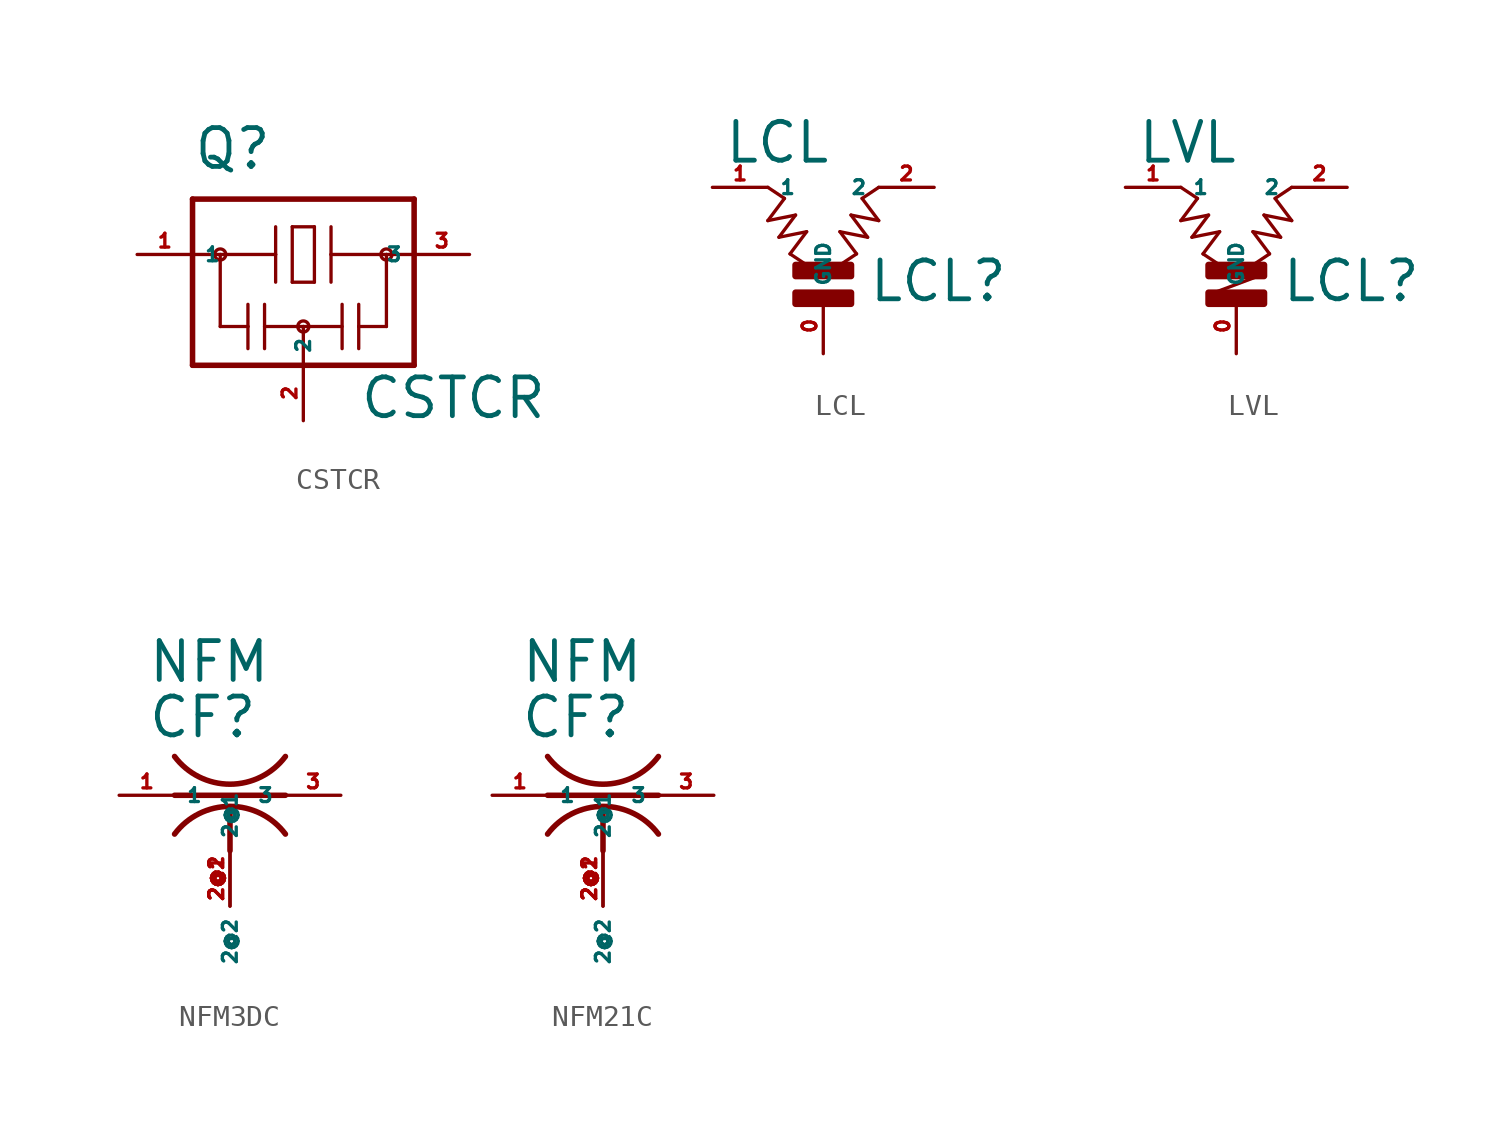
<source format=kicad_sym>
(kicad_symbol_lib
  (version 20220914)
  (generator Eagle2Kicad)
  (symbol "CSTCR"
    (property "Reference" "Q"
      (at -5.08 3.81 0)
      (effects (font (size 1.778 1.778) (thickness 0.22)) (justify left bottom)))
    (property "Value" "CSTCR"
      (at 2.54 -7.62 0)
      (effects (font (size 1.778 1.778) (thickness 0.22)) (justify left bottom)))
    (polyline
      (pts (xy -5.08 2.54) (xy 5.08 2.54))
      (stroke (width 0.254) (type default))
      (fill (type none)))
    (polyline
      (pts (xy 5.08 2.54) (xy 5.08 0))
      (stroke (width 0.254) (type default))
      (fill (type none)))
    (polyline
      (pts (xy 5.08 0) (xy 5.08 -5.08))
      (stroke (width 0.254) (type default))
      (fill (type none)))
    (polyline
      (pts (xy 5.08 -5.08) (xy 0 -5.08))
      (stroke (width 0.254) (type default))
      (fill (type none)))
    (polyline
      (pts (xy 0 -5.08) (xy -5.08 -5.08))
      (stroke (width 0.254) (type default))
      (fill (type none)))
    (polyline
      (pts (xy -5.08 -5.08) (xy -5.08 0))
      (stroke (width 0.254) (type default))
      (fill (type none)))
    (polyline
      (pts (xy -5.08 0) (xy -5.08 2.54))
      (stroke (width 0.254) (type default))
      (fill (type none)))
    (polyline
      (pts (xy -5.08 0) (xy -3.81 0))
      (stroke (width 0.152) (type default))
      (fill (type none)))
    (polyline
      (pts (xy -3.81 0) (xy -1.27 0))
      (stroke (width 0.152) (type default))
      (fill (type none)))
    (polyline
      (pts (xy -1.27 0) (xy -1.27 1.27))
      (stroke (width 0.152) (type default))
      (fill (type none)))
    (polyline
      (pts (xy -1.27 0) (xy -1.27 -1.27))
      (stroke (width 0.152) (type default))
      (fill (type none)))
    (polyline
      (pts (xy -0.508 1.27) (xy -0.508 -1.27))
      (stroke (width 0.152) (type default))
      (fill (type none)))
    (polyline
      (pts (xy -0.508 -1.27) (xy 0.508 -1.27))
      (stroke (width 0.152) (type default))
      (fill (type none)))
    (polyline
      (pts (xy 0.508 -1.27) (xy 0.508 1.27))
      (stroke (width 0.152) (type default))
      (fill (type none)))
    (polyline
      (pts (xy 0.508 1.27) (xy -0.508 1.27))
      (stroke (width 0.152) (type default))
      (fill (type none)))
    (polyline
      (pts (xy 1.27 1.27) (xy 1.27 0))
      (stroke (width 0.152) (type default))
      (fill (type none)))
    (polyline
      (pts (xy 1.27 0) (xy 1.27 -1.27))
      (stroke (width 0.152) (type default))
      (fill (type none)))
    (polyline
      (pts (xy 1.27 0) (xy 3.81 0))
      (stroke (width 0.152) (type default))
      (fill (type none)))
    (polyline
      (pts (xy 3.81 0) (xy 5.08 0))
      (stroke (width 0.152) (type default))
      (fill (type none)))
    (polyline
      (pts (xy 0 -5.08) (xy 0 -3.302))
      (stroke (width 0.152) (type default))
      (fill (type none)))
    (polyline
      (pts (xy 0 -3.302) (xy -1.778 -3.302))
      (stroke (width 0.152) (type default))
      (fill (type none)))
    (polyline
      (pts (xy 0 -3.302) (xy 1.778 -3.302))
      (stroke (width 0.152) (type default))
      (fill (type none)))
    (polyline
      (pts (xy 1.778 -2.286) (xy 1.778 -4.318))
      (stroke (width 0.152) (type default))
      (fill (type none)))
    (polyline
      (pts (xy 2.54 -2.286) (xy 2.54 -3.302))
      (stroke (width 0.152) (type default))
      (fill (type none)))
    (polyline
      (pts (xy 2.54 -3.302) (xy 2.54 -4.318))
      (stroke (width 0.152) (type default))
      (fill (type none)))
    (polyline
      (pts (xy 2.54 -3.302) (xy 3.81 -3.302))
      (stroke (width 0.152) (type default))
      (fill (type none)))
    (polyline
      (pts (xy 3.81 -3.302) (xy 3.81 0))
      (stroke (width 0.152) (type default))
      (fill (type none)))
    (polyline
      (pts (xy -1.778 -2.286) (xy -1.778 -4.318))
      (stroke (width 0.152) (type default))
      (fill (type none)))
    (polyline
      (pts (xy -2.54 -2.286) (xy -2.54 -3.302))
      (stroke (width 0.152) (type default))
      (fill (type none)))
    (polyline
      (pts (xy -2.54 -3.302) (xy -2.54 -4.318))
      (stroke (width 0.152) (type default))
      (fill (type none)))
    (polyline
      (pts (xy -2.54 -3.302) (xy -3.81 -3.302))
      (stroke (width 0.152) (type default))
      (fill (type none)))
    (polyline
      (pts (xy -3.81 -3.302) (xy -3.81 0))
      (stroke (width 0.152) (type default))
      (fill (type none)))
    (circle
      (center -3.81 0)
      (radius 0.254)
      (stroke (width 0) (type default))
      (fill (type none)))
    (circle
      (center 3.81 0)
      (radius 0.254)
      (stroke (width 0) (type default))
      (fill (type none)))
    (circle
      (center 0 -3.302)
      (radius 0.254)
      (stroke (width 0) (type default))
      (fill (type none)))
    (pin passive line
      (at -7.62 0 0)
      (length 2.54)
      (name "1" (effects (font (size 0.635 0.635) (thickness 0.08)) (justify left bottom)))
      (number "1" (effects (font (size 0.635 0.635) (thickness 0.08)) (justify left bottom))))
    (pin passive line
      (at 0 -7.62 90)
      (length 2.54)
      (name "2" (effects (font (size 0.635 0.635) (thickness 0.08)) (justify left bottom)))
      (number "2" (effects (font (size 0.635 0.635) (thickness 0.08)) (justify left bottom))))
    (pin passive line
      (at 7.62 0 180)
      (length 2.54)
      (name "3" (effects (font (size 0.635 0.635) (thickness 0.08)) (justify left bottom)))
      (number "3" (effects (font (size 0.635 0.635) (thickness 0.08)) (justify left bottom)))))
  (symbol "LCL"
    (property "Reference" "LCL"
      (at 2.032 -2.794 0)
      (effects (font (size 1.778 1.778) (thickness 0.22)) (justify left bottom)))
    (property "Value" "LCL"
      (at -4.572 3.556 0)
      (effects (font (size 1.778 1.778) (thickness 0.22)) (justify left bottom)))
    (polyline
      (pts (xy -2.54 2.54) (xy -1.778 2.032))
      (stroke (width 0.152) (type default))
      (fill (type none)))
    (polyline
      (pts (xy -1.778 2.032) (xy -2.54 1.016))
      (stroke (width 0.152) (type default))
      (fill (type none)))
    (polyline
      (pts (xy -2.54 1.016) (xy -1.27 1.27))
      (stroke (width 0.152) (type default))
      (fill (type none)))
    (polyline
      (pts (xy -1.27 1.27) (xy -2.032 0.254))
      (stroke (width 0.152) (type default))
      (fill (type none)))
    (polyline
      (pts (xy -2.032 0.254) (xy -0.762 0.508))
      (stroke (width 0.152) (type default))
      (fill (type none)))
    (polyline
      (pts (xy -0.762 0.508) (xy -1.524 -0.508))
      (stroke (width 0.152) (type default))
      (fill (type none)))
    (polyline
      (pts (xy -1.524 -0.508) (xy -0.762 -1.016))
      (stroke (width 0.152) (type default))
      (fill (type none)))
    (polyline
      (pts (xy 2.54 2.54) (xy 1.778 2.032))
      (stroke (width 0.152) (type default))
      (fill (type none)))
    (polyline
      (pts (xy 1.778 2.032) (xy 2.54 1.016))
      (stroke (width 0.152) (type default))
      (fill (type none)))
    (polyline
      (pts (xy 2.54 1.016) (xy 1.27 1.27))
      (stroke (width 0.152) (type default))
      (fill (type none)))
    (polyline
      (pts (xy 1.27 1.27) (xy 2.032 0.254))
      (stroke (width 0.152) (type default))
      (fill (type none)))
    (polyline
      (pts (xy 2.032 0.254) (xy 0.762 0.508))
      (stroke (width 0.152) (type default))
      (fill (type none)))
    (polyline
      (pts (xy 0.762 0.508) (xy 1.524 -0.508))
      (stroke (width 0.152) (type default))
      (fill (type none)))
    (polyline
      (pts (xy 1.524 -0.508) (xy 0.762 -1.016))
      (stroke (width 0.152) (type default))
      (fill (type none)))
    (rectangle
      (start -1.27 -2.794)
      (end 1.27 -2.286)
      (stroke (width 0.3) (type default))
      (fill (type outline)))
    (rectangle
      (start -1.27 -1.524)
      (end 1.27 -1.016)
      (stroke (width 0.3) (type default))
      (fill (type outline)))
    (pin passive line
      (at -5.08 2.54 0)
      (length 2.54)
      (name "1" (effects (font (size 0.635 0.635) (thickness 0.08)) (justify left bottom)))
      (number "1" (effects (font (size 0.635 0.635) (thickness 0.08)) (justify left bottom))))
    (pin passive line
      (at 5.08 2.54 180)
      (length 2.54)
      (name "2" (effects (font (size 0.635 0.635) (thickness 0.08)) (justify left bottom)))
      (number "2" (effects (font (size 0.635 0.635) (thickness 0.08)) (justify left bottom))))
    (pin unspecified line
      (at 0 -5.08 90)
      (length 2.54)
      (name "GND" (effects (font (size 0.635 0.635) (thickness 0.08)) (justify left bottom)))
      (number "0" (effects (font (size 0.635 0.635) (thickness 0.08)) (justify left bottom)))))
  (symbol "LVL"
    (property "Reference" "LCL"
      (at 2.032 -2.794 0)
      (effects (font (size 1.778 1.778) (thickness 0.22)) (justify left bottom)))
    (property "Value" "LVL"
      (at -4.572 3.556 0)
      (effects (font (size 1.778 1.778) (thickness 0.22)) (justify left bottom)))
    (polyline
      (pts (xy -1.016 -2.286) (xy 1.016 -1.524))
      (stroke (width 0.152) (type default))
      (fill (type none)))
    (polyline
      (pts (xy -2.54 2.54) (xy -1.778 2.032))
      (stroke (width 0.152) (type default))
      (fill (type none)))
    (polyline
      (pts (xy -1.778 2.032) (xy -2.54 1.016))
      (stroke (width 0.152) (type default))
      (fill (type none)))
    (polyline
      (pts (xy -2.54 1.016) (xy -1.27 1.27))
      (stroke (width 0.152) (type default))
      (fill (type none)))
    (polyline
      (pts (xy -1.27 1.27) (xy -2.032 0.254))
      (stroke (width 0.152) (type default))
      (fill (type none)))
    (polyline
      (pts (xy -2.032 0.254) (xy -0.762 0.508))
      (stroke (width 0.152) (type default))
      (fill (type none)))
    (polyline
      (pts (xy -0.762 0.508) (xy -1.524 -0.508))
      (stroke (width 0.152) (type default))
      (fill (type none)))
    (polyline
      (pts (xy -1.524 -0.508) (xy -0.762 -1.016))
      (stroke (width 0.152) (type default))
      (fill (type none)))
    (polyline
      (pts (xy 2.54 2.54) (xy 1.778 2.032))
      (stroke (width 0.152) (type default))
      (fill (type none)))
    (polyline
      (pts (xy 1.778 2.032) (xy 2.54 1.016))
      (stroke (width 0.152) (type default))
      (fill (type none)))
    (polyline
      (pts (xy 2.54 1.016) (xy 1.27 1.27))
      (stroke (width 0.152) (type default))
      (fill (type none)))
    (polyline
      (pts (xy 1.27 1.27) (xy 2.032 0.254))
      (stroke (width 0.152) (type default))
      (fill (type none)))
    (polyline
      (pts (xy 2.032 0.254) (xy 0.762 0.508))
      (stroke (width 0.152) (type default))
      (fill (type none)))
    (polyline
      (pts (xy 0.762 0.508) (xy 1.524 -0.508))
      (stroke (width 0.152) (type default))
      (fill (type none)))
    (polyline
      (pts (xy 1.524 -0.508) (xy 0.762 -1.016))
      (stroke (width 0.152) (type default))
      (fill (type none)))
    (rectangle
      (start -1.27 -2.794)
      (end 1.27 -2.286)
      (stroke (width 0.3) (type default))
      (fill (type outline)))
    (rectangle
      (start -1.27 -1.524)
      (end 1.27 -1.016)
      (stroke (width 0.3) (type default))
      (fill (type outline)))
    (pin passive line
      (at -5.08 2.54 0)
      (length 2.54)
      (name "1" (effects (font (size 0.635 0.635) (thickness 0.08)) (justify left bottom)))
      (number "1" (effects (font (size 0.635 0.635) (thickness 0.08)) (justify left bottom))))
    (pin passive line
      (at 5.08 2.54 180)
      (length 2.54)
      (name "2" (effects (font (size 0.635 0.635) (thickness 0.08)) (justify left bottom)))
      (number "2" (effects (font (size 0.635 0.635) (thickness 0.08)) (justify left bottom))))
    (pin unspecified line
      (at 0 -5.08 90)
      (length 2.54)
      (name "GND" (effects (font (size 0.635 0.635) (thickness 0.08)) (justify left bottom)))
      (number "0" (effects (font (size 0.635 0.635) (thickness 0.08)) (justify left bottom)))))
  (symbol "NFM3DC"
    (property "Reference" "CF"
      (at -3.81 2.54 0)
      (effects (font (size 1.778 1.778) (thickness 0.22)) (justify left bottom)))
    (property "Value" "NFM"
      (at -3.81 5.08 0)
      (effects (font (size 1.778 1.778) (thickness 0.22)) (justify left bottom)))
    (polyline
      (pts (xy -2.54 0) (xy 2.54 0))
      (stroke (width 0.254) (type default))
      (fill (type none)))
    (arc
      (start -2.54 1.778)
      (mid 0.000 0.508)
      (end 2.54 1.778)
      (stroke (width 0.254) (type default))
      (fill (type none)))
    (arc
      (start 2.54 -1.778)
      (mid 0.000 -0.508)
      (end -2.54 -1.778)
      (stroke (width 0.254) (type default))
      (fill (type none)))
    (polyline
      (pts (xy 0 -2.54) (xy 0 -0.635))
      (stroke (width 0.254) (type default))
      (fill (type none)))
    (pin passive line
      (at -5.08 0 0)
      (length 2.54)
      (name "1" (effects (font (size 0.635 0.635) (thickness 0.08)) (justify left bottom)))
      (number "1" (effects (font (size 0.635 0.635) (thickness 0.08)) (justify left bottom))))
    (pin passive line
      (at 5.08 0 180)
      (length 2.54)
      (name "3" (effects (font (size 0.635 0.635) (thickness 0.08)) (justify left bottom)))
      (number "3" (effects (font (size 0.635 0.635) (thickness 0.08)) (justify left bottom))))
    (pin passive line
      (at 0 -5.08 90)
      (length 2.54)
      (name "2@1" (effects (font (size 0.635 0.635) (thickness 0.08)) (justify left bottom)))
      (number "2@1" (effects (font (size 0.635 0.635) (thickness 0.08)) (justify left bottom))))
    (pin passive line
      (at 0 -2.54 270)
      (length 2.54)
      (name "2@2" (effects (font (size 0.635 0.635) (thickness 0.08)) (justify left bottom)))
      (number "2@2" (effects (font (size 0.635 0.635) (thickness 0.08)) (justify left bottom)))))
  (symbol "NFM21C"
    (property "Reference" "CF"
      (at -3.81 2.54 0)
      (effects (font (size 1.778 1.778) (thickness 0.22)) (justify left bottom)))
    (property "Value" "NFM"
      (at -3.81 5.08 0)
      (effects (font (size 1.778 1.778) (thickness 0.22)) (justify left bottom)))
    (polyline
      (pts (xy -2.54 0) (xy 2.54 0))
      (stroke (width 0.254) (type default))
      (fill (type none)))
    (arc
      (start -2.54 1.778)
      (mid 0.000 0.508)
      (end 2.54 1.778)
      (stroke (width 0.254) (type default))
      (fill (type none)))
    (arc
      (start 2.54 -1.778)
      (mid 0.000 -0.508)
      (end -2.54 -1.778)
      (stroke (width 0.254) (type default))
      (fill (type none)))
    (polyline
      (pts (xy 0 -2.54) (xy 0 -0.635))
      (stroke (width 0.254) (type default))
      (fill (type none)))
    (pin passive line
      (at -5.08 0 0)
      (length 2.54)
      (name "1" (effects (font (size 0.635 0.635) (thickness 0.08)) (justify left bottom)))
      (number "1" (effects (font (size 0.635 0.635) (thickness 0.08)) (justify left bottom))))
    (pin passive line
      (at 5.08 0 180)
      (length 2.54)
      (name "3" (effects (font (size 0.635 0.635) (thickness 0.08)) (justify left bottom)))
      (number "3" (effects (font (size 0.635 0.635) (thickness 0.08)) (justify left bottom))))
    (pin passive line
      (at 0 -5.08 90)
      (length 2.54)
      (name "2@1" (effects (font (size 0.635 0.635) (thickness 0.08)) (justify left bottom)))
      (number "2@1" (effects (font (size 0.635 0.635) (thickness 0.08)) (justify left bottom))))
    (pin passive line
      (at 0 -2.54 270)
      (length 2.54)
      (name "2@2" (effects (font (size 0.635 0.635) (thickness 0.08)) (justify left bottom)))
      (number "2@2" (effects (font (size 0.635 0.635) (thickness 0.08)) (justify left bottom))))))
</source>
